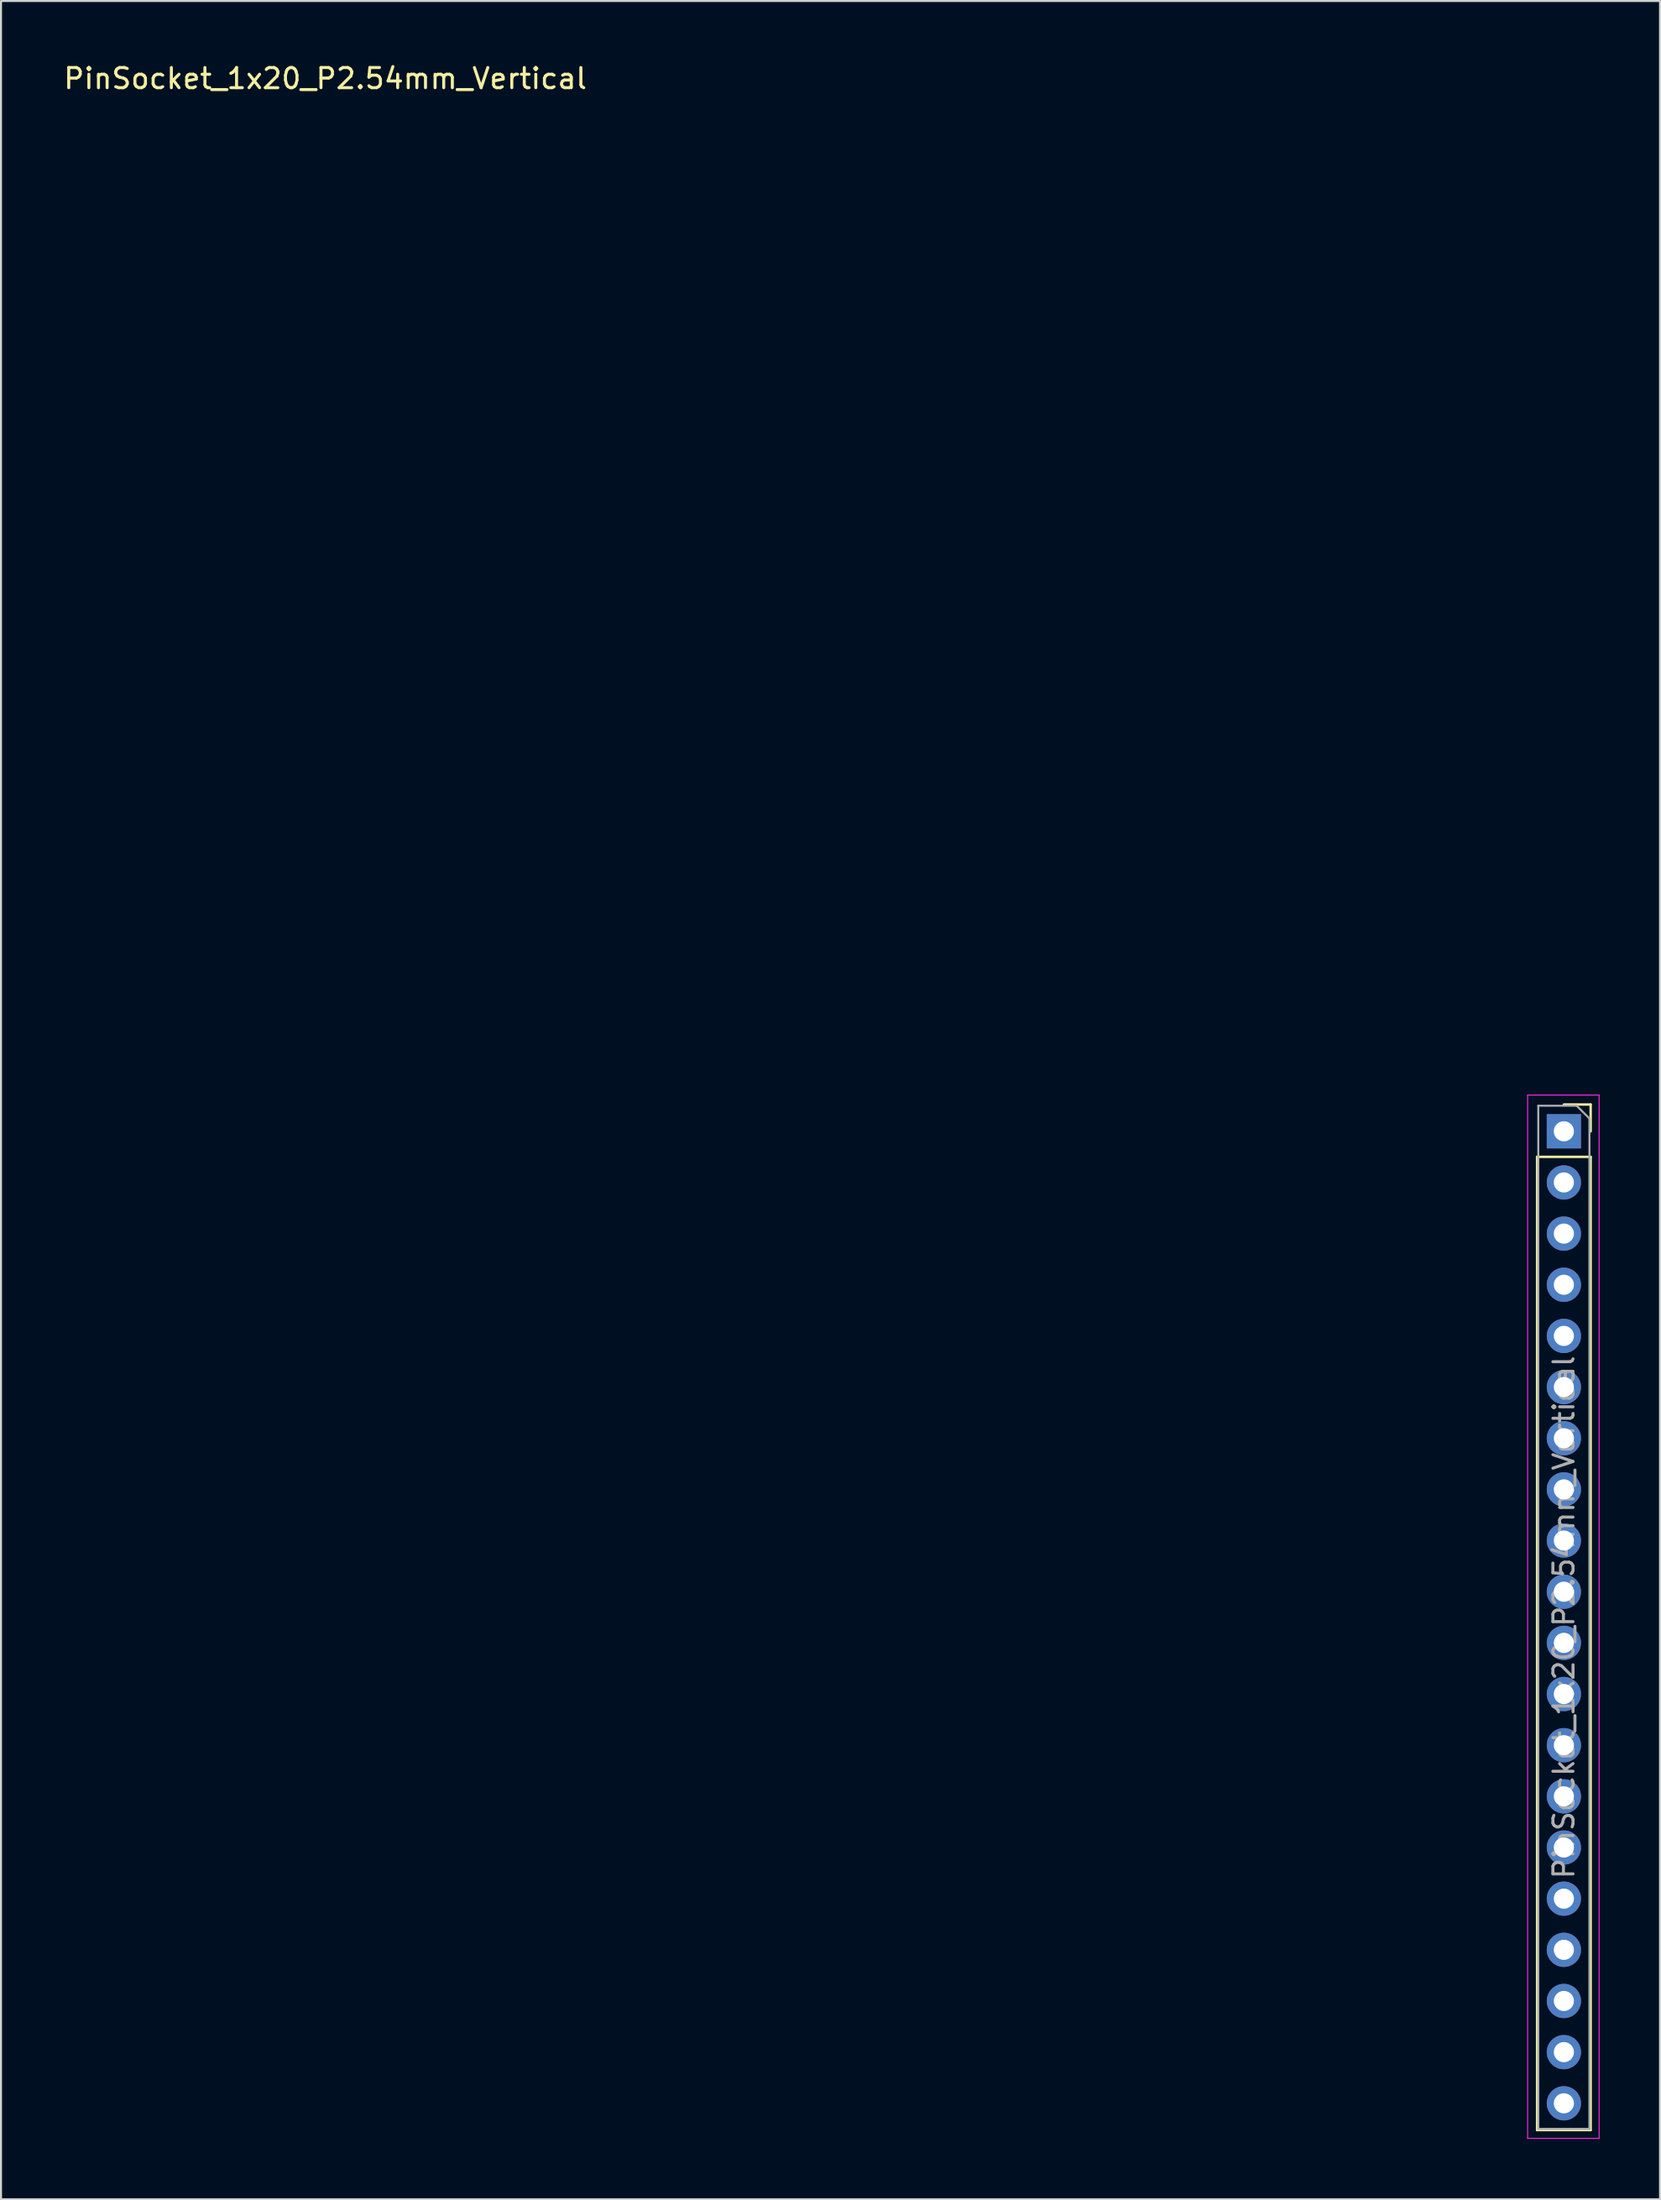
<source format=kicad_pcb>
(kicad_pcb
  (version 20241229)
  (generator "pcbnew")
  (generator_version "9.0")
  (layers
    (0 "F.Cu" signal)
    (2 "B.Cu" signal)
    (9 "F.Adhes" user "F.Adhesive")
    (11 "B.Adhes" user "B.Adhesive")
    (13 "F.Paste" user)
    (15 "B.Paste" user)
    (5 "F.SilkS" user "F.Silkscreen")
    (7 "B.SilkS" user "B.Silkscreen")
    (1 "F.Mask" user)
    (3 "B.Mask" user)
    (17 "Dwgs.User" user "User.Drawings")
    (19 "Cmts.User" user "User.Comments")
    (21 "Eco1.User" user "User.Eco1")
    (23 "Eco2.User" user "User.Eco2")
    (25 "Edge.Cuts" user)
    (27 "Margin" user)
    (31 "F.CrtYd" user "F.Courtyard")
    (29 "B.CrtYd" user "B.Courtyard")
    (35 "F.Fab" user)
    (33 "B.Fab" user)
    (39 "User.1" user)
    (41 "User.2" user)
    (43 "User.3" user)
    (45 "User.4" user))
  (footprint "PinSocket_1x20_P2.54mm_Vertical"
    (layer "F.Cu")
    (at 74.601 53.118)
    (property "Reference" "PinSocket_1x20_P2.54mm_Vertical" (at -61.5 -52.27 0) (layer "F.SilkS") (effects (font (size 1 1) (thickness 0.15))))
    (attr through_hole)
    (fp_line (start -1.33 1.27) (end -1.33 49.59) (stroke (width 0.12) (type solid)) (layer "F.SilkS"))
    (fp_line (start -1.33 1.27) (end 1.33 1.27) (stroke (width 0.12) (type solid)) (layer "F.SilkS"))
    (fp_line (start -1.33 49.59) (end 1.33 49.59) (stroke (width 0.12) (type solid)) (layer "F.SilkS"))
    (fp_line (start 0 -1.33) (end 1.33 -1.33) (stroke (width 0.12) (type solid)) (layer "F.SilkS"))
    (fp_line (start 1.33 -1.33) (end 1.33 0) (stroke (width 0.12) (type solid)) (layer "F.SilkS"))
    (fp_line (start 1.33 1.27) (end 1.33 49.59) (stroke (width 0.12) (type solid)) (layer "F.SilkS"))
    (fp_line (start -1.8 -1.8) (end 1.75 -1.8) (stroke (width 0.05) (type solid)) (layer "F.CrtYd"))
    (fp_line (start -1.8 50) (end -1.8 -1.8) (stroke (width 0.05) (type solid)) (layer "F.CrtYd"))
    (fp_line (start 1.75 -1.8) (end 1.75 50) (stroke (width 0.05) (type solid)) (layer "F.CrtYd"))
    (fp_line (start 1.75 50) (end -1.8 50) (stroke (width 0.05) (type solid)) (layer "F.CrtYd"))
    (fp_line (start -1.27 -1.27) (end 0.635 -1.27) (stroke (width 0.1) (type solid)) (layer "F.Fab"))
    (fp_line (start -1.27 49.53) (end -1.27 -1.27) (stroke (width 0.1) (type solid)) (layer "F.Fab"))
    (fp_line (start 0.635 -1.27) (end 1.27 -0.635) (stroke (width 0.1) (type solid)) (layer "F.Fab"))
    (fp_line (start 1.27 -0.635) (end 1.27 49.53) (stroke (width 0.1) (type solid)) (layer "F.Fab"))
    (fp_line (start 1.27 49.53) (end -1.27 49.53) (stroke (width 0.1) (type solid)) (layer "F.Fab"))
    (fp_text user "${REFERENCE}" (at 0 24.13 270) (layer "F.Fab") (effects (font (size 1 1) (thickness 0.15))))
    (pad "1" thru_hole rect (at 0 0) (size 1.7 1.7) (drill 1) (layers "*.Cu" "*.Mask"))
    (pad "2" thru_hole oval (at 0 2.54) (size 1.7 1.7) (drill 1) (layers "*.Cu" "*.Mask"))
    (pad "3" thru_hole oval (at 0 5.08) (size 1.7 1.7) (drill 1) (layers "*.Cu" "*.Mask"))
    (pad "4" thru_hole oval (at 0 7.62) (size 1.7 1.7) (drill 1) (layers "*.Cu" "*.Mask"))
    (pad "5" thru_hole oval (at 0 10.16) (size 1.7 1.7) (drill 1) (layers "*.Cu" "*.Mask"))
    (pad "6" thru_hole oval (at 0 12.7) (size 1.7 1.7) (drill 1) (layers "*.Cu" "*.Mask"))
    (pad "7" thru_hole oval (at 0 15.24) (size 1.7 1.7) (drill 1) (layers "*.Cu" "*.Mask"))
    (pad "8" thru_hole oval (at 0 17.78) (size 1.7 1.7) (drill 1) (layers "*.Cu" "*.Mask"))
    (pad "9" thru_hole oval (at 0 20.32) (size 1.7 1.7) (drill 1) (layers "*.Cu" "*.Mask"))
    (pad "10" thru_hole oval (at 0 22.86) (size 1.7 1.7) (drill 1) (layers "*.Cu" "*.Mask"))
    (pad "11" thru_hole oval (at 0 25.4) (size 1.7 1.7) (drill 1) (layers "*.Cu" "*.Mask"))
    (pad "12" thru_hole oval (at 0 27.94) (size 1.7 1.7) (drill 1) (layers "*.Cu" "*.Mask"))
    (pad "13" thru_hole oval (at 0 30.48) (size 1.7 1.7) (drill 1) (layers "*.Cu" "*.Mask"))
    (pad "14" thru_hole oval (at 0 33.02) (size 1.7 1.7) (drill 1) (layers "*.Cu" "*.Mask"))
    (pad "15" thru_hole oval (at 0 35.56) (size 1.7 1.7) (drill 1) (layers "*.Cu" "*.Mask"))
    (pad "16" thru_hole oval (at 0 38.1) (size 1.7 1.7) (drill 1) (layers "*.Cu" "*.Mask"))
    (pad "17" thru_hole oval (at 0 40.64) (size 1.7 1.7) (drill 1) (layers "*.Cu" "*.Mask"))
    (pad "18" thru_hole oval (at 0 43.18) (size 1.7 1.7) (drill 1) (layers "*.Cu" "*.Mask"))
    (pad "19" thru_hole oval (at 0 45.72) (size 1.7 1.7) (drill 1) (layers "*.Cu" "*.Mask"))
    (pad "20" thru_hole oval (at 0 48.26) (size 1.7 1.7) (drill 1) (layers "*.Cu" "*.Mask")))
  (gr_rect
    (start -3 -3)
    (end 79.376 106.143)
    (stroke (width 0.1) (type default))
    (fill no)
    (layer "Edge.Cuts")))
</source>
